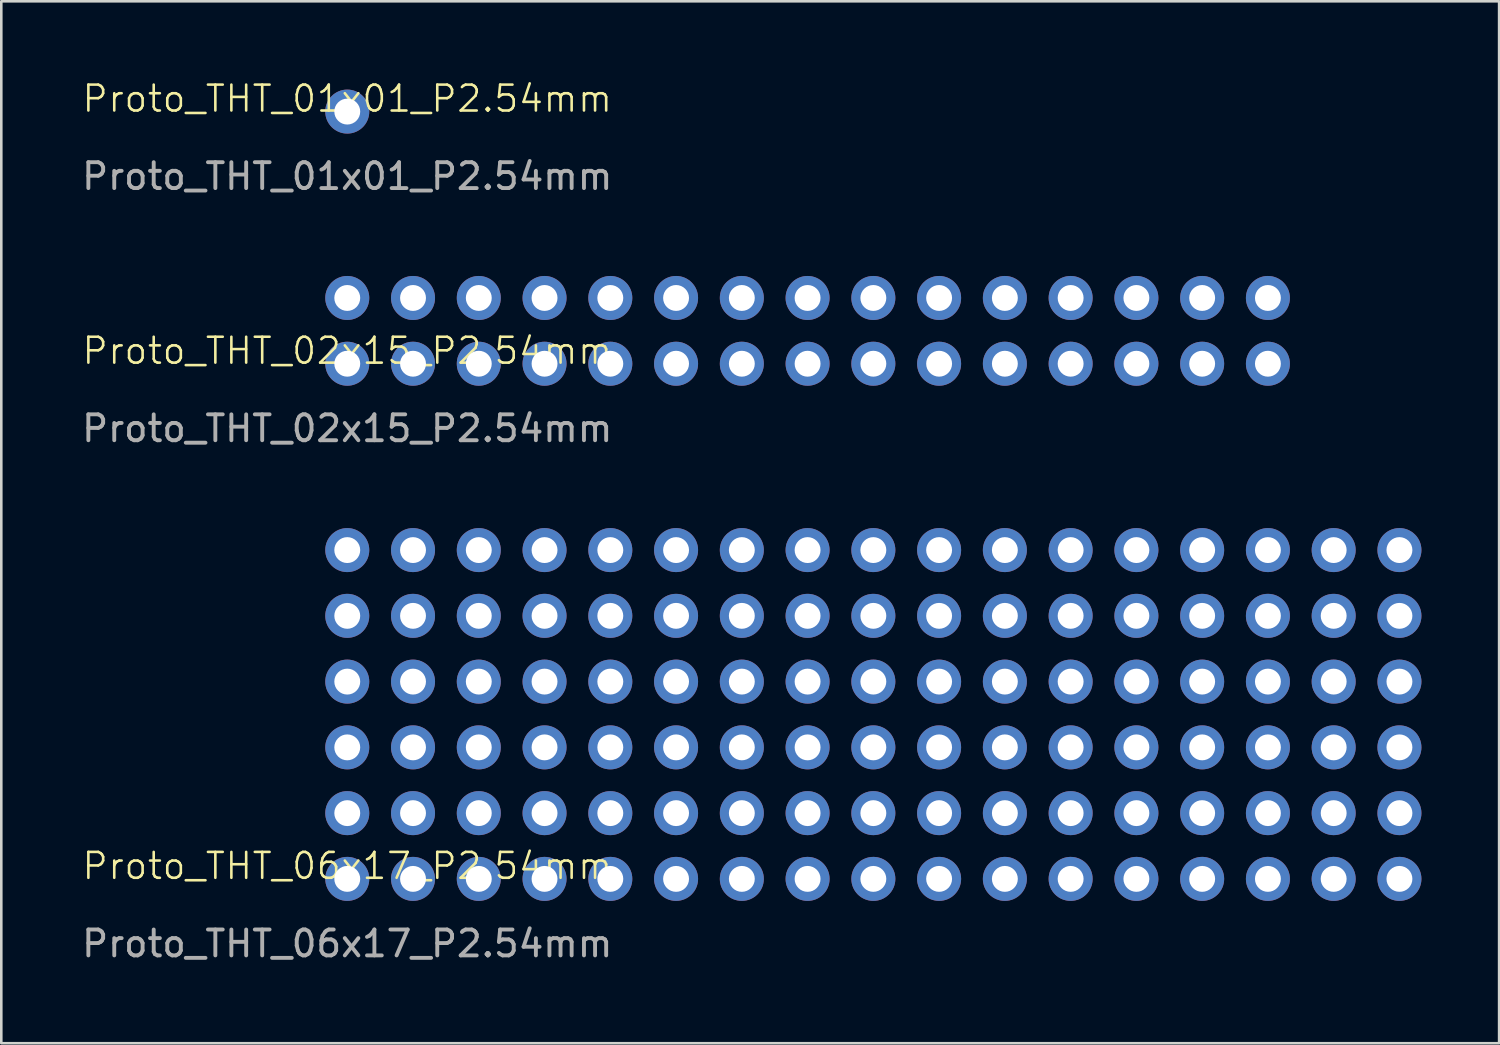
<source format=kicad_pcb>
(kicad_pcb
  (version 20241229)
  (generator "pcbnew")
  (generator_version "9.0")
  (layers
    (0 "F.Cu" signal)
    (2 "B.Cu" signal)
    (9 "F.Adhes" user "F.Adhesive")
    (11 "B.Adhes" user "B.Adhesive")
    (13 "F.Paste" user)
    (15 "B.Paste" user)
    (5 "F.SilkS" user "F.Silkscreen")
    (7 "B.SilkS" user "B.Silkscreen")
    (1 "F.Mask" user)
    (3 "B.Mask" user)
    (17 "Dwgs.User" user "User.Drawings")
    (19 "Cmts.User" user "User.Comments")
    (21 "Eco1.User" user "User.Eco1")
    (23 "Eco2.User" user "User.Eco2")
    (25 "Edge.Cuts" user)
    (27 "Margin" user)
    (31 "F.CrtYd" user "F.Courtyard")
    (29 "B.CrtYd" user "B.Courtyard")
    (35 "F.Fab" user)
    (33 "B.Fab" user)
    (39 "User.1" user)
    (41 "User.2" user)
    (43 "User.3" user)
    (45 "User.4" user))
  (footprint "Proto_THT_06x17_P2.54mm"
    (layer "F.Cu")
    (at 10.363 30.897)
    (property "Reference" "Proto_THT_06x17_P2.54mm" (at 0 -0.5 0) (unlocked yes) (layer "F.SilkS") (effects (font (size 1 1) (thickness 0.1))))
    (attr smd)
    (fp_text user "${REFERENCE}" (at 0 2.5 0) (unlocked yes) (layer "F.Fab") (effects (font (size 1 1) (thickness 0.15))))
    (pad "A1" thru_hole circle (at 0 0) (size 1.7 1.7) (drill 1) (layers "*.Cu" "*.Mask"))
    (pad "A2" thru_hole circle (at 0 -2.54) (size 1.7 1.7) (drill 1) (layers "*.Cu" "*.Mask"))
    (pad "A3" thru_hole circle (at 0 -5.08) (size 1.7 1.7) (drill 1) (layers "*.Cu" "*.Mask"))
    (pad "A4" thru_hole circle (at 0 -7.62) (size 1.7 1.7) (drill 1) (layers "*.Cu" "*.Mask"))
    (pad "A5" thru_hole circle (at 0 -10.16) (size 1.7 1.7) (drill 1) (layers "*.Cu" "*.Mask"))
    (pad "A6" thru_hole circle (at 0 -12.7) (size 1.7 1.7) (drill 1) (layers "*.Cu" "*.Mask"))
    (pad "B1" thru_hole circle (at 2.54 0) (size 1.7 1.7) (drill 1) (layers "*.Cu" "*.Mask"))
    (pad "B2" thru_hole circle (at 2.54 -2.54) (size 1.7 1.7) (drill 1) (layers "*.Cu" "*.Mask"))
    (pad "B3" thru_hole circle (at 2.54 -5.08) (size 1.7 1.7) (drill 1) (layers "*.Cu" "*.Mask"))
    (pad "B4" thru_hole circle (at 2.54 -7.62) (size 1.7 1.7) (drill 1) (layers "*.Cu" "*.Mask"))
    (pad "B5" thru_hole circle (at 2.54 -10.16) (size 1.7 1.7) (drill 1) (layers "*.Cu" "*.Mask"))
    (pad "B6" thru_hole circle (at 2.54 -12.7) (size 1.7 1.7) (drill 1) (layers "*.Cu" "*.Mask"))
    (pad "C1" thru_hole circle (at 5.08 0) (size 1.7 1.7) (drill 1) (layers "*.Cu" "*.Mask"))
    (pad "C2" thru_hole circle (at 5.08 -2.54) (size 1.7 1.7) (drill 1) (layers "*.Cu" "*.Mask"))
    (pad "C3" thru_hole circle (at 5.08 -5.08) (size 1.7 1.7) (drill 1) (layers "*.Cu" "*.Mask"))
    (pad "C4" thru_hole circle (at 5.08 -7.62) (size 1.7 1.7) (drill 1) (layers "*.Cu" "*.Mask"))
    (pad "C5" thru_hole circle (at 5.08 -10.16) (size 1.7 1.7) (drill 1) (layers "*.Cu" "*.Mask"))
    (pad "C6" thru_hole circle (at 5.08 -12.7) (size 1.7 1.7) (drill 1) (layers "*.Cu" "*.Mask"))
    (pad "D1" thru_hole circle (at 7.62 0) (size 1.7 1.7) (drill 1) (layers "*.Cu" "*.Mask"))
    (pad "D2" thru_hole circle (at 7.62 -2.54) (size 1.7 1.7) (drill 1) (layers "*.Cu" "*.Mask"))
    (pad "D3" thru_hole circle (at 7.62 -5.08) (size 1.7 1.7) (drill 1) (layers "*.Cu" "*.Mask"))
    (pad "D4" thru_hole circle (at 7.62 -7.62) (size 1.7 1.7) (drill 1) (layers "*.Cu" "*.Mask"))
    (pad "D5" thru_hole circle (at 7.62 -10.16) (size 1.7 1.7) (drill 1) (layers "*.Cu" "*.Mask"))
    (pad "D6" thru_hole circle (at 7.62 -12.7) (size 1.7 1.7) (drill 1) (layers "*.Cu" "*.Mask"))
    (pad "E1" thru_hole circle (at 10.16 0) (size 1.7 1.7) (drill 1) (layers "*.Cu" "*.Mask"))
    (pad "E2" thru_hole circle (at 10.16 -2.54) (size 1.7 1.7) (drill 1) (layers "*.Cu" "*.Mask"))
    (pad "E3" thru_hole circle (at 10.16 -5.08) (size 1.7 1.7) (drill 1) (layers "*.Cu" "*.Mask"))
    (pad "E4" thru_hole circle (at 10.16 -7.62) (size 1.7 1.7) (drill 1) (layers "*.Cu" "*.Mask"))
    (pad "E5" thru_hole circle (at 10.16 -10.16) (size 1.7 1.7) (drill 1) (layers "*.Cu" "*.Mask"))
    (pad "E6" thru_hole circle (at 10.16 -12.7) (size 1.7 1.7) (drill 1) (layers "*.Cu" "*.Mask"))
    (pad "F1" thru_hole circle (at 12.7 0) (size 1.7 1.7) (drill 1) (layers "*.Cu" "*.Mask"))
    (pad "F2" thru_hole circle (at 12.7 -2.54) (size 1.7 1.7) (drill 1) (layers "*.Cu" "*.Mask"))
    (pad "F3" thru_hole circle (at 12.7 -5.08) (size 1.7 1.7) (drill 1) (layers "*.Cu" "*.Mask"))
    (pad "F4" thru_hole circle (at 12.7 -7.62) (size 1.7 1.7) (drill 1) (layers "*.Cu" "*.Mask"))
    (pad "F5" thru_hole circle (at 12.7 -10.16) (size 1.7 1.7) (drill 1) (layers "*.Cu" "*.Mask"))
    (pad "F6" thru_hole circle (at 12.7 -12.7) (size 1.7 1.7) (drill 1) (layers "*.Cu" "*.Mask"))
    (pad "G1" thru_hole circle (at 15.24 0) (size 1.7 1.7) (drill 1) (layers "*.Cu" "*.Mask"))
    (pad "G2" thru_hole circle (at 15.24 -2.54) (size 1.7 1.7) (drill 1) (layers "*.Cu" "*.Mask"))
    (pad "G3" thru_hole circle (at 15.24 -5.08) (size 1.7 1.7) (drill 1) (layers "*.Cu" "*.Mask"))
    (pad "G4" thru_hole circle (at 15.24 -7.62) (size 1.7 1.7) (drill 1) (layers "*.Cu" "*.Mask"))
    (pad "G5" thru_hole circle (at 15.24 -10.16) (size 1.7 1.7) (drill 1) (layers "*.Cu" "*.Mask"))
    (pad "G6" thru_hole circle (at 15.24 -12.7) (size 1.7 1.7) (drill 1) (layers "*.Cu" "*.Mask"))
    (pad "H1" thru_hole circle (at 17.78 0) (size 1.7 1.7) (drill 1) (layers "*.Cu" "*.Mask"))
    (pad "H2" thru_hole circle (at 17.78 -2.54) (size 1.7 1.7) (drill 1) (layers "*.Cu" "*.Mask"))
    (pad "H3" thru_hole circle (at 17.78 -5.08) (size 1.7 1.7) (drill 1) (layers "*.Cu" "*.Mask"))
    (pad "H4" thru_hole circle (at 17.78 -7.62) (size 1.7 1.7) (drill 1) (layers "*.Cu" "*.Mask"))
    (pad "H5" thru_hole circle (at 17.78 -10.16) (size 1.7 1.7) (drill 1) (layers "*.Cu" "*.Mask"))
    (pad "H6" thru_hole circle (at 17.78 -12.7) (size 1.7 1.7) (drill 1) (layers "*.Cu" "*.Mask"))
    (pad "I1" thru_hole circle (at 20.32 0) (size 1.7 1.7) (drill 1) (layers "*.Cu" "*.Mask"))
    (pad "I2" thru_hole circle (at 20.32 -2.54) (size 1.7 1.7) (drill 1) (layers "*.Cu" "*.Mask"))
    (pad "I3" thru_hole circle (at 20.32 -5.08) (size 1.7 1.7) (drill 1) (layers "*.Cu" "*.Mask"))
    (pad "I4" thru_hole circle (at 20.32 -7.62) (size 1.7 1.7) (drill 1) (layers "*.Cu" "*.Mask"))
    (pad "I5" thru_hole circle (at 20.32 -10.16) (size 1.7 1.7) (drill 1) (layers "*.Cu" "*.Mask"))
    (pad "I6" thru_hole circle (at 20.32 -12.7) (size 1.7 1.7) (drill 1) (layers "*.Cu" "*.Mask"))
    (pad "J1" thru_hole circle (at 22.86 0) (size 1.7 1.7) (drill 1) (layers "*.Cu" "*.Mask"))
    (pad "J2" thru_hole circle (at 22.86 -2.54) (size 1.7 1.7) (drill 1) (layers "*.Cu" "*.Mask"))
    (pad "J3" thru_hole circle (at 22.86 -5.08) (size 1.7 1.7) (drill 1) (layers "*.Cu" "*.Mask"))
    (pad "J4" thru_hole circle (at 22.86 -7.62) (size 1.7 1.7) (drill 1) (layers "*.Cu" "*.Mask"))
    (pad "J5" thru_hole circle (at 22.86 -10.16) (size 1.7 1.7) (drill 1) (layers "*.Cu" "*.Mask"))
    (pad "J6" thru_hole circle (at 22.86 -12.7) (size 1.7 1.7) (drill 1) (layers "*.Cu" "*.Mask"))
    (pad "K1" thru_hole circle (at 25.4 0) (size 1.7 1.7) (drill 1) (layers "*.Cu" "*.Mask"))
    (pad "K2" thru_hole circle (at 25.4 -2.54) (size 1.7 1.7) (drill 1) (layers "*.Cu" "*.Mask"))
    (pad "K3" thru_hole circle (at 25.4 -5.08) (size 1.7 1.7) (drill 1) (layers "*.Cu" "*.Mask"))
    (pad "K4" thru_hole circle (at 25.4 -7.62) (size 1.7 1.7) (drill 1) (layers "*.Cu" "*.Mask"))
    (pad "K5" thru_hole circle (at 25.4 -10.16) (size 1.7 1.7) (drill 1) (layers "*.Cu" "*.Mask"))
    (pad "K6" thru_hole circle (at 25.4 -12.7) (size 1.7 1.7) (drill 1) (layers "*.Cu" "*.Mask"))
    (pad "L1" thru_hole circle (at 27.94 0) (size 1.7 1.7) (drill 1) (layers "*.Cu" "*.Mask"))
    (pad "L2" thru_hole circle (at 27.94 -2.54) (size 1.7 1.7) (drill 1) (layers "*.Cu" "*.Mask"))
    (pad "L3" thru_hole circle (at 27.94 -5.08) (size 1.7 1.7) (drill 1) (layers "*.Cu" "*.Mask"))
    (pad "L4" thru_hole circle (at 27.94 -7.62) (size 1.7 1.7) (drill 1) (layers "*.Cu" "*.Mask"))
    (pad "L5" thru_hole circle (at 27.94 -10.16) (size 1.7 1.7) (drill 1) (layers "*.Cu" "*.Mask"))
    (pad "L6" thru_hole circle (at 27.94 -12.7) (size 1.7 1.7) (drill 1) (layers "*.Cu" "*.Mask"))
    (pad "M1" thru_hole circle (at 30.48 0) (size 1.7 1.7) (drill 1) (layers "*.Cu" "*.Mask"))
    (pad "M2" thru_hole circle (at 30.48 -2.54) (size 1.7 1.7) (drill 1) (layers "*.Cu" "*.Mask"))
    (pad "M3" thru_hole circle (at 30.48 -5.08) (size 1.7 1.7) (drill 1) (layers "*.Cu" "*.Mask"))
    (pad "M4" thru_hole circle (at 30.48 -7.62) (size 1.7 1.7) (drill 1) (layers "*.Cu" "*.Mask"))
    (pad "M5" thru_hole circle (at 30.48 -10.16) (size 1.7 1.7) (drill 1) (layers "*.Cu" "*.Mask"))
    (pad "M6" thru_hole circle (at 30.48 -12.7) (size 1.7 1.7) (drill 1) (layers "*.Cu" "*.Mask"))
    (pad "N1" thru_hole circle (at 33.02 0) (size 1.7 1.7) (drill 1) (layers "*.Cu" "*.Mask"))
    (pad "N2" thru_hole circle (at 33.02 -2.54) (size 1.7 1.7) (drill 1) (layers "*.Cu" "*.Mask"))
    (pad "N3" thru_hole circle (at 33.02 -5.08) (size 1.7 1.7) (drill 1) (layers "*.Cu" "*.Mask"))
    (pad "N4" thru_hole circle (at 33.02 -7.62) (size 1.7 1.7) (drill 1) (layers "*.Cu" "*.Mask"))
    (pad "N5" thru_hole circle (at 33.02 -10.16) (size 1.7 1.7) (drill 1) (layers "*.Cu" "*.Mask"))
    (pad "N6" thru_hole circle (at 33.02 -12.7) (size 1.7 1.7) (drill 1) (layers "*.Cu" "*.Mask"))
    (pad "O1" thru_hole circle (at 35.56 0) (size 1.7 1.7) (drill 1) (layers "*.Cu" "*.Mask"))
    (pad "O2" thru_hole circle (at 35.56 -2.54) (size 1.7 1.7) (drill 1) (layers "*.Cu" "*.Mask"))
    (pad "O3" thru_hole circle (at 35.56 -5.08) (size 1.7 1.7) (drill 1) (layers "*.Cu" "*.Mask"))
    (pad "O4" thru_hole circle (at 35.56 -7.62) (size 1.7 1.7) (drill 1) (layers "*.Cu" "*.Mask"))
    (pad "O5" thru_hole circle (at 35.56 -10.16) (size 1.7 1.7) (drill 1) (layers "*.Cu" "*.Mask"))
    (pad "O6" thru_hole circle (at 35.56 -12.7) (size 1.7 1.7) (drill 1) (layers "*.Cu" "*.Mask"))
    (pad "P1" thru_hole circle (at 38.1 0) (size 1.7 1.7) (drill 1) (layers "*.Cu" "*.Mask"))
    (pad "P2" thru_hole circle (at 38.1 -2.54) (size 1.7 1.7) (drill 1) (layers "*.Cu" "*.Mask"))
    (pad "P3" thru_hole circle (at 38.1 -5.08) (size 1.7 1.7) (drill 1) (layers "*.Cu" "*.Mask"))
    (pad "P4" thru_hole circle (at 38.1 -7.62) (size 1.7 1.7) (drill 1) (layers "*.Cu" "*.Mask"))
    (pad "P5" thru_hole circle (at 38.1 -10.16) (size 1.7 1.7) (drill 1) (layers "*.Cu" "*.Mask"))
    (pad "P6" thru_hole circle (at 38.1 -12.7) (size 1.7 1.7) (drill 1) (layers "*.Cu" "*.Mask"))
    (pad "Q1" thru_hole circle (at 40.64 0) (size 1.7 1.7) (drill 1) (layers "*.Cu" "*.Mask"))
    (pad "Q2" thru_hole circle (at 40.64 -2.54) (size 1.7 1.7) (drill 1) (layers "*.Cu" "*.Mask"))
    (pad "Q3" thru_hole circle (at 40.64 -5.08) (size 1.7 1.7) (drill 1) (layers "*.Cu" "*.Mask"))
    (pad "Q4" thru_hole circle (at 40.64 -7.62) (size 1.7 1.7) (drill 1) (layers "*.Cu" "*.Mask"))
    (pad "Q5" thru_hole circle (at 40.64 -10.16) (size 1.7 1.7) (drill 1) (layers "*.Cu" "*.Mask"))
    (pad "Q6" thru_hole circle (at 40.64 -12.7) (size 1.7 1.7) (drill 1) (layers "*.Cu" "*.Mask")))
  (footprint "Proto_THT_01x01_P2.54mm"
    (layer "F.Cu")
    (at 10.363 1.26)
    (property "Reference" "Proto_THT_01x01_P2.54mm" (at 0 -0.5 0) (unlocked yes) (layer "F.SilkS") (effects (font (size 1 1) (thickness 0.1))))
    (attr smd)
    (fp_text user "${REFERENCE}" (at 0 2.5 0) (unlocked yes) (layer "F.Fab") (effects (font (size 1 1) (thickness 0.15))))
    (pad "A1" thru_hole circle (at 0 0) (size 1.7 1.7) (drill 1) (layers "*.Cu" "*.Mask")))
  (footprint "Proto_THT_02x15_P2.54mm"
    (layer "F.Cu")
    (at 10.363 10.999)
    (property "Reference" "Proto_THT_02x15_P2.54mm" (at 0 -0.5 0) (unlocked yes) (layer "F.SilkS") (effects (font (size 1 1) (thickness 0.1))))
    (attr smd)
    (fp_text user "${REFERENCE}" (at 0 2.5 0) (unlocked yes) (layer "F.Fab") (effects (font (size 1 1) (thickness 0.15))))
    (pad "A1" thru_hole circle (at 0 0) (size 1.7 1.7) (drill 1) (layers "*.Cu" "*.Mask"))
    (pad "A2" thru_hole circle (at 0 -2.54) (size 1.7 1.7) (drill 1) (layers "*.Cu" "*.Mask"))
    (pad "B1" thru_hole circle (at 2.54 0) (size 1.7 1.7) (drill 1) (layers "*.Cu" "*.Mask"))
    (pad "B2" thru_hole circle (at 2.54 -2.54) (size 1.7 1.7) (drill 1) (layers "*.Cu" "*.Mask"))
    (pad "C1" thru_hole circle (at 5.08 0) (size 1.7 1.7) (drill 1) (layers "*.Cu" "*.Mask"))
    (pad "C2" thru_hole circle (at 5.08 -2.54) (size 1.7 1.7) (drill 1) (layers "*.Cu" "*.Mask"))
    (pad "D1" thru_hole circle (at 7.62 0) (size 1.7 1.7) (drill 1) (layers "*.Cu" "*.Mask"))
    (pad "D2" thru_hole circle (at 7.62 -2.54) (size 1.7 1.7) (drill 1) (layers "*.Cu" "*.Mask"))
    (pad "E1" thru_hole circle (at 10.16 0) (size 1.7 1.7) (drill 1) (layers "*.Cu" "*.Mask"))
    (pad "E2" thru_hole circle (at 10.16 -2.54) (size 1.7 1.7) (drill 1) (layers "*.Cu" "*.Mask"))
    (pad "F1" thru_hole circle (at 12.7 0) (size 1.7 1.7) (drill 1) (layers "*.Cu" "*.Mask"))
    (pad "F2" thru_hole circle (at 12.7 -2.54) (size 1.7 1.7) (drill 1) (layers "*.Cu" "*.Mask"))
    (pad "G1" thru_hole circle (at 15.24 0) (size 1.7 1.7) (drill 1) (layers "*.Cu" "*.Mask"))
    (pad "G2" thru_hole circle (at 15.24 -2.54) (size 1.7 1.7) (drill 1) (layers "*.Cu" "*.Mask"))
    (pad "H1" thru_hole circle (at 17.78 0) (size 1.7 1.7) (drill 1) (layers "*.Cu" "*.Mask"))
    (pad "H2" thru_hole circle (at 17.78 -2.54) (size 1.7 1.7) (drill 1) (layers "*.Cu" "*.Mask"))
    (pad "I1" thru_hole circle (at 20.32 0) (size 1.7 1.7) (drill 1) (layers "*.Cu" "*.Mask"))
    (pad "I2" thru_hole circle (at 20.32 -2.54) (size 1.7 1.7) (drill 1) (layers "*.Cu" "*.Mask"))
    (pad "J1" thru_hole circle (at 22.86 0) (size 1.7 1.7) (drill 1) (layers "*.Cu" "*.Mask"))
    (pad "J2" thru_hole circle (at 22.86 -2.54) (size 1.7 1.7) (drill 1) (layers "*.Cu" "*.Mask"))
    (pad "K1" thru_hole circle (at 25.4 0) (size 1.7 1.7) (drill 1) (layers "*.Cu" "*.Mask"))
    (pad "K2" thru_hole circle (at 25.4 -2.54) (size 1.7 1.7) (drill 1) (layers "*.Cu" "*.Mask"))
    (pad "L1" thru_hole circle (at 27.94 0) (size 1.7 1.7) (drill 1) (layers "*.Cu" "*.Mask"))
    (pad "L2" thru_hole circle (at 27.94 -2.54) (size 1.7 1.7) (drill 1) (layers "*.Cu" "*.Mask"))
    (pad "M1" thru_hole circle (at 30.48 0) (size 1.7 1.7) (drill 1) (layers "*.Cu" "*.Mask"))
    (pad "M2" thru_hole circle (at 30.48 -2.54) (size 1.7 1.7) (drill 1) (layers "*.Cu" "*.Mask"))
    (pad "N1" thru_hole circle (at 33.02 0) (size 1.7 1.7) (drill 1) (layers "*.Cu" "*.Mask"))
    (pad "N2" thru_hole circle (at 33.02 -2.54) (size 1.7 1.7) (drill 1) (layers "*.Cu" "*.Mask"))
    (pad "O1" thru_hole circle (at 35.56 0) (size 1.7 1.7) (drill 1) (layers "*.Cu" "*.Mask"))
    (pad "O2" thru_hole circle (at 35.56 -2.54) (size 1.7 1.7) (drill 1) (layers "*.Cu" "*.Mask")))
  (gr_rect
    (start -3 -3)
    (end 54.853 37.245)
    (stroke (width 0.1) (type default))
    (fill no)
    (layer "Edge.Cuts")))
</source>
